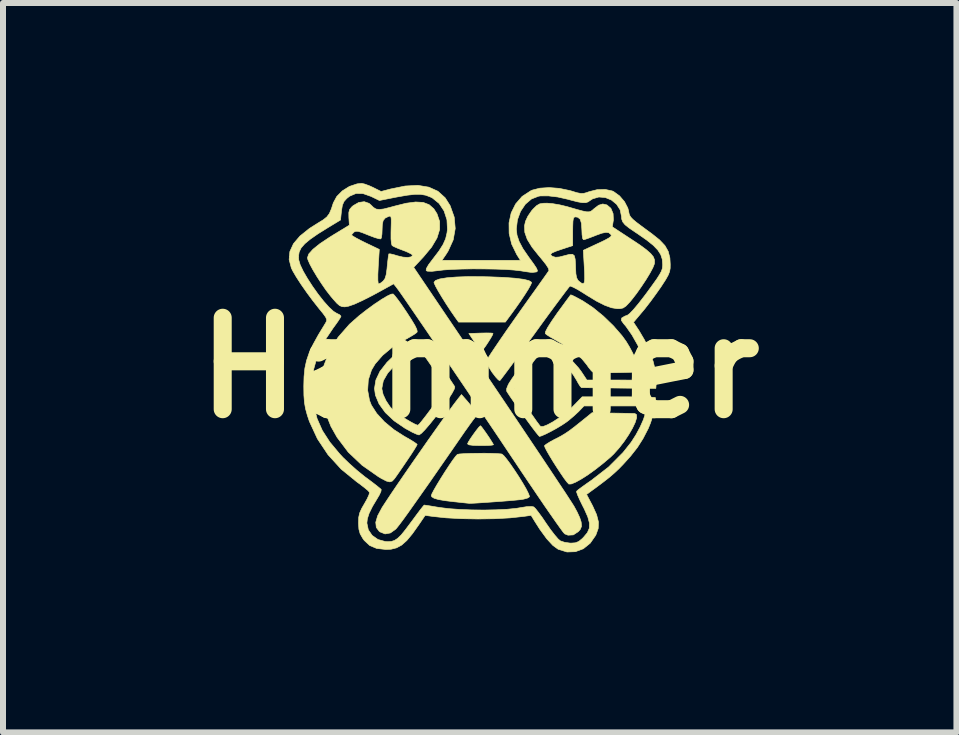
<source format=kicad_pcb>
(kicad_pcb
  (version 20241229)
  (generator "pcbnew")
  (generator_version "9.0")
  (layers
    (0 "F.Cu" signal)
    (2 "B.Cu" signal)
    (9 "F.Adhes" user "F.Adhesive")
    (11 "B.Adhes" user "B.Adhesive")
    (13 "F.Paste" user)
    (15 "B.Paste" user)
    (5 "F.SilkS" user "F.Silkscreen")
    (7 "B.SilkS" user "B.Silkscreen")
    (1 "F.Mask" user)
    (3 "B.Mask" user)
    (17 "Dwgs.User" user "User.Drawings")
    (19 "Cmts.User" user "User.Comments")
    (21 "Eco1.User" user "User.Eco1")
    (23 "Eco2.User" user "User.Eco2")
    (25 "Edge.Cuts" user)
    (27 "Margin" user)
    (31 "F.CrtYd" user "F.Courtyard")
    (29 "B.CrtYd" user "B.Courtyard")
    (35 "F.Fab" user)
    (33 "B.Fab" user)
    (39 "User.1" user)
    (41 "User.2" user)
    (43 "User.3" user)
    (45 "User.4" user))
  (footprint "Hammer"
    (layer "F.Cu")
    (at 4.942 3.078)
    (property "Reference" "Hammer" (at 0 0 0) (layer "F.SilkS") (effects (font (size 1.524 1.524) (thickness 0.3))))
    (attr through_hole)
    (fp_poly (pts (xy 0.181 -0.58) (xy 0.219 -0.576) (xy 0.221 -0.575) (xy 0.214 -0.55) (xy 0.185 -0.498) (xy 0.144 -0.432) (xy 0.099 -0.364) (xy 0.059 -0.31) (xy 0.032 -0.281) (xy 0.028 -0.28) (xy 0.007 -0.299) (xy -0.032 -0.351) (xy -0.082 -0.423) (xy -0.084 -0.426) (xy -0.181 -0.572) (xy 0.014 -0.579) (xy 0.108 -0.581) (xy 0.181 -0.58)) (stroke (width 0.01) (type solid)) (fill yes) (layer "F.SilkS"))
    (fp_poly (pts (xy 0.031 0.984) (xy 0.068 1.034) (xy 0.115 1.1) (xy 0.163 1.171) (xy 0.202 1.233) (xy 0.226 1.273) (xy 0.229 1.281) (xy 0.205 1.288) (xy 0.143 1.293) (xy 0.053 1.295) (xy 0.013 1.295) (xy -0.107 1.292) (xy -0.179 1.283) (xy -0.203 1.267) (xy -0.203 1.266) (xy -0.189 1.235) (xy -0.154 1.179) (xy -0.107 1.111) (xy -0.058 1.044) (xy -0.016 0.991) (xy 0.01 0.966) (xy 0.013 0.965) (xy 0.031 0.984)) (stroke (width 0.01) (type solid)) (fill yes) (layer "F.SilkS"))
    (fp_poly (pts (xy 0.033 -1.519) (xy 0.163 -1.516) (xy 0.399 -1.507) (xy 0.588 -1.493) (xy 0.729 -1.475) (xy 0.82 -1.453) (xy 0.861 -1.427) (xy 0.864 -1.418) (xy 0.849 -1.382) (xy 0.811 -1.313) (xy 0.753 -1.221) (xy 0.681 -1.113) (xy 0.6 -0.998) (xy 0.553 -0.933) (xy 0.427 -0.762) (xy -0.352 -0.762) (xy -0.411 -0.844) (xy -0.484 -0.95) (xy -0.559 -1.064) (xy -0.629 -1.176) (xy -0.69 -1.277) (xy -0.735 -1.359) (xy -0.759 -1.412) (xy -0.762 -1.424) (xy -0.737 -1.455) (xy -0.665 -1.481) (xy -0.549 -1.5) (xy -0.392 -1.513) (xy -0.197 -1.52) (xy 0.033 -1.519)) (stroke (width 0.01) (type solid)) (fill yes) (layer "F.SilkS"))
    (fp_poly (pts (xy 2.212 0.754) (xy 2.34 0.756) (xy 2.452 0.758) (xy 2.535 0.76) (xy 2.581 0.761) (xy 2.584 0.761) (xy 2.613 0.781) (xy 2.614 0.832) (xy 2.59 0.91) (xy 2.545 1.005) (xy 2.483 1.112) (xy 2.408 1.224) (xy 2.324 1.333) (xy 2.235 1.433) (xy 2.18 1.486) (xy 2.056 1.591) (xy 1.929 1.691) (xy 1.806 1.78) (xy 1.692 1.853) (xy 1.596 1.906) (xy 1.524 1.935) (xy 1.484 1.936) (xy 1.454 1.904) (xy 1.406 1.841) (xy 1.348 1.756) (xy 1.283 1.657) (xy 1.218 1.555) (xy 1.16 1.459) (xy 1.113 1.377) (xy 1.085 1.319) (xy 1.079 1.296) (xy 1.109 1.272) (xy 1.171 1.233) (xy 1.254 1.188) (xy 1.266 1.183) (xy 1.344 1.142) (xy 1.412 1.102) (xy 1.48 1.057) (xy 1.558 0.999) (xy 1.658 0.92) (xy 1.745 0.85) (xy 1.872 0.747) (xy 2.212 0.754)) (stroke (width 0.01) (type solid)) (fill yes) (layer "F.SilkS"))
    (fp_poly (pts (xy -0.204 0.559) (xy -0.124 0.655) (xy -0.077 0.723) (xy -0.059 0.773) (xy -0.068 0.812) (xy -0.082 0.832) (xy -0.114 0.873) (xy -0.165 0.943) (xy -0.226 1.029) (xy -0.245 1.055) (xy -0.468 1.378) (xy -0.664 1.66) (xy -0.833 1.904) (xy -0.979 2.111) (xy -1.101 2.284) (xy -1.2 2.424) (xy -1.279 2.533) (xy -1.339 2.613) (xy -1.38 2.665) (xy -1.399 2.687) (xy -1.488 2.751) (xy -1.577 2.767) (xy -1.662 2.733) (xy -1.674 2.724) (xy -1.723 2.659) (xy -1.732 2.573) (xy -1.7 2.464) (xy -1.627 2.328) (xy -1.624 2.323) (xy -1.559 2.224) (xy -1.473 2.094) (xy -1.368 1.939) (xy -1.25 1.767) (xy -1.123 1.583) (xy -0.991 1.394) (xy -0.86 1.206) (xy -0.733 1.027) (xy -0.616 0.862) (xy -0.513 0.719) (xy -0.428 0.603) (xy -0.365 0.521) (xy -0.355 0.508) (xy -0.304 0.445) (xy -0.204 0.559)) (stroke (width 0.01) (type solid)) (fill yes) (layer "F.SilkS"))
    (fp_poly (pts (xy 1.539 -1.209) (xy 1.596 -1.181) (xy 1.676 -1.138) (xy 1.718 -1.115) (xy 1.887 -1.003) (xy 2.062 -0.86) (xy 2.227 -0.7) (xy 2.369 -0.537) (xy 2.438 -0.442) (xy 2.492 -0.353) (xy 2.545 -0.253) (xy 2.594 -0.151) (xy 2.634 -0.058) (xy 2.659 0.015) (xy 2.666 0.057) (xy 2.664 0.062) (xy 2.635 0.067) (xy 2.567 0.072) (xy 2.47 0.076) (xy 2.354 0.079) (xy 2.232 0.081) (xy 2.114 0.082) (xy 2.011 0.082) (xy 1.934 0.08) (xy 1.893 0.077) (xy 1.892 0.076) (xy 1.859 0.049) (xy 1.813 -0.008) (xy 1.781 -0.054) (xy 1.702 -0.15) (xy 1.584 -0.254) (xy 1.436 -0.361) (xy 1.265 -0.462) (xy 1.251 -0.47) (xy 1.174 -0.514) (xy 1.115 -0.552) (xy 1.092 -0.572) (xy 1.096 -0.603) (xy 1.131 -0.671) (xy 1.197 -0.775) (xy 1.295 -0.917) (xy 1.426 -1.096) (xy 1.515 -1.216) (xy 1.539 -1.209)) (stroke (width 0.01) (type solid)) (fill yes) (layer "F.SilkS"))
    (fp_poly (pts (xy 0.194 1.425) (xy 0.29 1.429) (xy 0.355 1.434) (xy 0.37 1.437) (xy 0.401 1.463) (xy 0.45 1.522) (xy 0.513 1.607) (xy 0.582 1.708) (xy 0.653 1.816) (xy 0.719 1.923) (xy 0.774 2.018) (xy 0.812 2.094) (xy 0.829 2.14) (xy 0.829 2.148) (xy 0.798 2.169) (xy 0.734 2.187) (xy 0.681 2.196) (xy 0.598 2.204) (xy 0.487 2.214) (xy 0.358 2.224) (xy 0.222 2.234) (xy 0.091 2.243) (xy -0.025 2.251) (xy -0.116 2.256) (xy -0.17 2.257) (xy -0.178 2.257) (xy -0.22 2.253) (xy -0.298 2.245) (xy -0.396 2.234) (xy -0.419 2.232) (xy -0.576 2.213) (xy -0.687 2.194) (xy -0.759 2.173) (xy -0.798 2.149) (xy -0.807 2.13) (xy -0.796 2.098) (xy -0.762 2.033) (xy -0.711 1.945) (xy -0.649 1.843) (xy -0.581 1.735) (xy -0.514 1.633) (xy -0.453 1.543) (xy -0.404 1.477) (xy -0.373 1.443) (xy -0.371 1.442) (xy -0.336 1.435) (xy -0.262 1.43) (xy -0.16 1.426) (xy -0.042 1.424) (xy 0.08 1.423) (xy 0.194 1.425)) (stroke (width 0.01) (type solid)) (fill yes) (layer "F.SilkS"))
    (fp_poly (pts (xy -1.418 -1.206) (xy -1.371 -1.146) (xy -1.308 -1.06) (xy -1.237 -0.955) (xy -1.214 -0.921) (xy -1.133 -0.795) (xy -1.079 -0.705) (xy -1.049 -0.643) (xy -1.041 -0.606) (xy -1.046 -0.591) (xy -1.08 -0.565) (xy -1.148 -0.523) (xy -1.236 -0.473) (xy -1.277 -0.452) (xy -1.46 -0.34) (xy -1.618 -0.208) (xy -1.741 -0.067) (xy -1.803 0.037) (xy -1.856 0.2) (xy -1.867 0.374) (xy -1.836 0.543) (xy -1.805 0.622) (xy -1.716 0.76) (xy -1.588 0.899) (xy -1.431 1.029) (xy -1.255 1.142) (xy -1.252 1.143) (xy -1.161 1.195) (xy -1.09 1.239) (xy -1.049 1.269) (xy -1.042 1.277) (xy -1.056 1.304) (xy -1.092 1.364) (xy -1.147 1.449) (xy -1.215 1.55) (xy -1.289 1.659) (xy -1.364 1.768) (xy -1.42 1.847) (xy -1.456 1.886) (xy -1.497 1.9) (xy -1.553 1.887) (xy -1.634 1.846) (xy -1.689 1.813) (xy -1.96 1.623) (xy -2.19 1.405) (xy -2.377 1.157) (xy -2.478 0.978) (xy -2.582 0.717) (xy -2.636 0.459) (xy -2.64 0.205) (xy -2.595 -0.042) (xy -2.501 -0.281) (xy -2.359 -0.51) (xy -2.169 -0.727) (xy -2.007 -0.87) (xy -1.876 -0.972) (xy -1.751 -1.063) (xy -1.637 -1.139) (xy -1.543 -1.195) (xy -1.476 -1.227) (xy -1.443 -1.231) (xy -1.418 -1.206)) (stroke (width 0.01) (type solid)) (fill yes) (layer "F.SilkS"))
    (fp_poly (pts (xy -0.948 -0.436) (xy -0.926 -0.411) (xy -0.881 -0.351) (xy -0.819 -0.267) (xy -0.746 -0.166) (xy -0.668 -0.057) (xy -0.592 0.052) (xy -0.522 0.153) (xy -0.466 0.237) (xy -0.428 0.295) (xy -0.415 0.318) (xy -0.424 0.354) (xy -0.459 0.421) (xy -0.516 0.511) (xy -0.588 0.616) (xy -0.669 0.728) (xy -0.753 0.839) (xy -0.835 0.941) (xy -0.909 1.027) (xy -0.968 1.088) (xy -1.007 1.116) (xy -1.012 1.118) (xy -1.053 1.105) (xy -1.124 1.073) (xy -1.212 1.025) (xy -1.246 1.006) (xy -1.427 0.882) (xy -1.572 0.746) (xy -1.677 0.601) (xy -1.738 0.455) (xy -1.753 0.343) (xy -1.752 0.338) (xy -1.63 0.338) (xy -1.63 0.352) (xy -1.61 0.443) (xy -1.561 0.548) (xy -1.495 0.647) (xy -1.444 0.703) (xy -1.389 0.747) (xy -1.313 0.8) (xy -1.227 0.855) (xy -1.144 0.904) (xy -1.076 0.94) (xy -1.034 0.956) (xy -1.029 0.955) (xy -1.005 0.934) (xy -0.959 0.878) (xy -0.895 0.796) (xy -0.82 0.696) (xy -0.794 0.66) (xy -0.718 0.552) (xy -0.654 0.457) (xy -0.608 0.382) (xy -0.586 0.336) (xy -0.584 0.33) (xy -0.598 0.298) (xy -0.633 0.235) (xy -0.686 0.151) (xy -0.748 0.053) (xy -0.815 -0.048) (xy -0.881 -0.143) (xy -0.938 -0.224) (xy -0.981 -0.281) (xy -1.004 -0.305) (xy -1.005 -0.305) (xy -1.052 -0.29) (xy -1.127 -0.251) (xy -1.215 -0.196) (xy -1.306 -0.133) (xy -1.386 -0.07) (xy -1.412 -0.046) (xy -1.533 0.088) (xy -1.606 0.215) (xy -1.63 0.338) (xy -1.752 0.338) (xy -1.73 0.203) (xy -1.662 0.059) (xy -1.545 -0.091) (xy -1.541 -0.095) (xy -1.457 -0.176) (xy -1.357 -0.254) (xy -1.25 -0.325) (xy -1.145 -0.384) (xy -1.053 -0.425) (xy -0.982 -0.442) (xy -0.948 -0.436)) (stroke (width 0.01) (type solid)) (fill yes) (layer "F.SilkS"))
    (fp_poly (pts (xy 1.216 -2.735) (xy 1.334 -2.715) (xy 1.458 -2.685) (xy 1.489 -2.676) (xy 1.623 -2.637) (xy 1.717 -2.612) (xy 1.781 -2.599) (xy 1.824 -2.599) (xy 1.855 -2.61) (xy 1.885 -2.633) (xy 1.9 -2.647) (xy 1.981 -2.709) (xy 2.05 -2.73) (xy 2.119 -2.714) (xy 2.119 -2.714) (xy 2.185 -2.658) (xy 2.222 -2.569) (xy 2.227 -2.461) (xy 2.224 -2.446) (xy 2.209 -2.349) (xy 2.519 -2.146) (xy 2.667 -2.048) (xy 2.775 -1.968) (xy 2.848 -1.904) (xy 2.893 -1.849) (xy 2.912 -1.798) (xy 2.912 -1.745) (xy 2.909 -1.73) (xy 2.885 -1.669) (xy 2.837 -1.579) (xy 2.771 -1.47) (xy 2.694 -1.354) (xy 2.614 -1.24) (xy 2.537 -1.141) (xy 2.498 -1.094) (xy 2.437 -1.03) (xy 2.389 -0.997) (xy 2.338 -0.986) (xy 2.288 -0.986) (xy 2.195 -1.001) (xy 2.083 -1.042) (xy 1.948 -1.11) (xy 1.783 -1.21) (xy 1.722 -1.249) (xy 1.634 -1.303) (xy 1.56 -1.342) (xy 1.512 -1.361) (xy 1.501 -1.361) (xy 1.481 -1.337) (xy 1.435 -1.277) (xy 1.366 -1.185) (xy 1.277 -1.066) (xy 1.172 -0.924) (xy 1.055 -0.764) (xy 0.929 -0.59) (xy 0.916 -0.572) (xy 0.789 -0.398) (xy 0.671 -0.237) (xy 0.566 -0.093) (xy 0.476 0.028) (xy 0.405 0.123) (xy 0.357 0.186) (xy 0.335 0.213) (xy 0.334 0.213) (xy 0.311 0.201) (xy 0.268 0.155) (xy 0.214 0.085) (xy 0.205 0.073) (xy 0.155 -0.006) (xy 0.121 -0.072) (xy 0.111 -0.113) (xy 0.111 -0.116) (xy 0.133 -0.155) (xy 0.181 -0.23) (xy 0.253 -0.338) (xy 0.344 -0.472) (xy 0.452 -0.629) (xy 0.574 -0.803) (xy 0.706 -0.99) (xy 0.845 -1.186) (xy 0.915 -1.283) (xy 0.993 -1.393) (xy 1.062 -1.49) (xy 1.115 -1.565) (xy 1.147 -1.611) (xy 1.153 -1.62) (xy 1.146 -1.656) (xy 1.103 -1.723) (xy 1.025 -1.821) (xy 0.993 -1.859) (xy 0.966 -1.892) (xy 1.182 -1.892) (xy 1.192 -1.871) (xy 1.216 -1.856) (xy 1.263 -1.842) (xy 1.327 -1.847) (xy 1.413 -1.869) (xy 1.494 -1.89) (xy 1.546 -1.892) (xy 1.576 -1.868) (xy 1.59 -1.811) (xy 1.596 -1.712) (xy 1.597 -1.668) (xy 1.602 -1.567) (xy 1.614 -1.502) (xy 1.635 -1.461) (xy 1.655 -1.441) (xy 1.698 -1.409) (xy 1.726 -1.402) (xy 1.743 -1.424) (xy 1.749 -1.483) (xy 1.747 -1.583) (xy 1.742 -1.678) (xy 1.726 -1.958) (xy 1.97 -2.072) (xy 2.08 -2.124) (xy 2.148 -2.161) (xy 2.184 -2.187) (xy 2.192 -2.208) (xy 2.184 -2.223) (xy 2.15 -2.251) (xy 2.103 -2.257) (xy 2.034 -2.243) (xy 1.931 -2.206) (xy 1.91 -2.197) (xy 1.826 -2.165) (xy 1.76 -2.142) (xy 1.728 -2.134) (xy 1.714 -2.157) (xy 1.705 -2.219) (xy 1.702 -2.294) (xy 1.695 -2.406) (xy 1.674 -2.475) (xy 1.633 -2.509) (xy 1.595 -2.515) (xy 1.574 -2.51) (xy 1.56 -2.488) (xy 1.553 -2.441) (xy 1.55 -2.36) (xy 1.549 -2.275) (xy 1.549 -2.036) (xy 1.378 -1.98) (xy 1.27 -1.943) (xy 1.206 -1.915) (xy 1.182 -1.892) (xy 0.966 -1.892) (xy 0.872 -2.01) (xy 0.792 -2.14) (xy 0.751 -2.257) (xy 0.746 -2.366) (xy 0.763 -2.442) (xy 0.803 -2.527) (xy 0.863 -2.615) (xy 0.891 -2.647) (xy 0.949 -2.703) (xy 1 -2.732) (xy 1.064 -2.742) (xy 1.124 -2.743) (xy 1.216 -2.735)) (stroke (width 0.01) (type solid)) (fill yes) (layer "F.SilkS"))
    (fp_poly (pts (xy -1.843 -2.74) (xy -1.814 -2.715) (xy -1.769 -2.671) (xy -1.726 -2.645) (xy -1.672 -2.638) (xy -1.598 -2.647) (xy -1.492 -2.674) (xy -1.423 -2.693) (xy -1.227 -2.742) (xy -1.068 -2.763) (xy -0.942 -2.756) (xy -0.843 -2.718) (xy -0.765 -2.65) (xy -0.712 -2.567) (xy -0.668 -2.438) (xy -0.668 -2.304) (xy -0.712 -2.163) (xy -0.802 -2.011) (xy -0.939 -1.846) (xy -0.944 -1.841) (xy -1.1 -1.674) (xy -0.595 -0.926) (xy -0.307 -0.5) (xy -0.035 -0.097) (xy 0.22 0.281) (xy 0.456 0.631) (xy 0.673 0.954) (xy 0.869 1.246) (xy 1.044 1.507) (xy 1.196 1.735) (xy 1.324 1.928) (xy 1.428 2.084) (xy 1.505 2.203) (xy 1.556 2.282) (xy 1.571 2.306) (xy 1.623 2.402) (xy 1.666 2.495) (xy 1.689 2.566) (xy 1.69 2.57) (xy 1.696 2.641) (xy 1.674 2.693) (xy 1.642 2.729) (xy 1.559 2.783) (xy 1.471 2.788) (xy 1.416 2.766) (xy 1.393 2.741) (xy 1.346 2.677) (xy 1.276 2.579) (xy 1.186 2.45) (xy 1.079 2.296) (xy 0.959 2.119) (xy 0.827 1.925) (xy 0.687 1.717) (xy 0.638 1.643) (xy 0.476 1.401) (xy 0.307 1.148) (xy 0.133 0.89) (xy -0.043 0.63) (xy -0.217 0.37) (xy -0.389 0.116) (xy -0.556 -0.129) (xy -0.714 -0.363) (xy -0.861 -0.58) (xy -0.996 -0.777) (xy -1.115 -0.951) (xy -1.216 -1.098) (xy -1.296 -1.214) (xy -1.354 -1.296) (xy -1.386 -1.339) (xy -1.387 -1.341) (xy -1.435 -1.4) (xy -1.575 -1.322) (xy -1.784 -1.208) (xy -1.954 -1.122) (xy -2.087 -1.061) (xy -2.185 -1.027) (xy -2.247 -1.016) (xy -2.294 -1.02) (xy -2.335 -1.037) (xy -2.38 -1.076) (xy -2.44 -1.143) (xy -2.483 -1.194) (xy -2.559 -1.292) (xy -2.637 -1.405) (xy -2.713 -1.522) (xy -2.78 -1.634) (xy -2.832 -1.731) (xy -2.863 -1.803) (xy -2.87 -1.834) (xy -2.848 -1.897) (xy -2.779 -1.974) (xy -2.664 -2.067) (xy -2.502 -2.175) (xy -2.449 -2.208) (xy -2.444 -2.211) (xy -2.134 -2.211) (xy -2.112 -2.194) (xy -2.054 -2.16) (xy -1.97 -2.116) (xy -1.903 -2.083) (xy -1.673 -1.973) (xy -1.691 -1.685) (xy -1.697 -1.555) (xy -1.697 -1.46) (xy -1.691 -1.407) (xy -1.685 -1.397) (xy -1.65 -1.413) (xy -1.609 -1.445) (xy -1.579 -1.486) (xy -1.559 -1.549) (xy -1.545 -1.647) (xy -1.541 -1.691) (xy -1.531 -1.785) (xy -1.522 -1.858) (xy -1.514 -1.897) (xy -1.513 -1.899) (xy -1.485 -1.898) (xy -1.424 -1.883) (xy -1.372 -1.867) (xy -1.28 -1.845) (xy -1.199 -1.839) (xy -1.14 -1.85) (xy -1.118 -1.876) (xy -1.118 -1.877) (xy -1.14 -1.896) (xy -1.197 -1.925) (xy -1.276 -1.957) (xy -1.362 -1.99) (xy -1.428 -2.019) (xy -1.46 -2.037) (xy -1.471 -2.073) (xy -1.478 -2.148) (xy -1.478 -2.254) (xy -1.477 -2.3) (xy -1.474 -2.411) (xy -1.474 -2.481) (xy -1.48 -2.517) (xy -1.494 -2.528) (xy -1.515 -2.524) (xy -1.575 -2.495) (xy -1.609 -2.453) (xy -1.623 -2.384) (xy -1.626 -2.31) (xy -1.629 -2.228) (xy -1.638 -2.169) (xy -1.648 -2.148) (xy -1.68 -2.151) (xy -1.746 -2.17) (xy -1.834 -2.203) (xy -1.862 -2.214) (xy -1.962 -2.254) (xy -2.026 -2.274) (xy -2.066 -2.275) (xy -2.094 -2.262) (xy -2.094 -2.262) (xy -2.127 -2.227) (xy -2.134 -2.211) (xy -2.444 -2.211) (xy -2.172 -2.377) (xy -2.18 -2.506) (xy -2.181 -2.586) (xy -2.168 -2.637) (xy -2.134 -2.679) (xy -2.108 -2.702) (xy -2.016 -2.755) (xy -1.924 -2.768) (xy -1.843 -2.74)) (stroke (width 0.01) (type solid)) (fill yes) (layer "F.SilkS"))
    (fp_poly (pts (xy -1.917 -3.062) (xy -1.841 -3.034) (xy -1.779 -3.006) (xy -1.643 -2.938) (xy -1.487 -2.979) (xy -1.243 -3.029) (xy -1.03 -3.04) (xy -0.848 -3.01) (xy -0.697 -2.942) (xy -0.576 -2.833) (xy -0.493 -2.702) (xy -0.425 -2.511) (xy -0.408 -2.321) (xy -0.442 -2.131) (xy -0.526 -1.946) (xy -0.56 -1.892) (xy -0.629 -1.791) (xy 0.678 -1.791) (xy 0.616 -1.889) (xy 0.532 -2.062) (xy 0.49 -2.24) (xy 0.488 -2.415) (xy 0.524 -2.581) (xy 0.598 -2.73) (xy 0.706 -2.855) (xy 0.848 -2.948) (xy 0.876 -2.961) (xy 1.001 -2.993) (xy 1.156 -3.003) (xy 1.325 -2.99) (xy 1.494 -2.955) (xy 1.524 -2.947) (xy 1.618 -2.918) (xy 1.682 -2.905) (xy 1.731 -2.906) (xy 1.783 -2.92) (xy 1.821 -2.934) (xy 1.955 -2.968) (xy 2.09 -2.972) (xy 2.207 -2.947) (xy 2.231 -2.936) (xy 2.329 -2.865) (xy 2.412 -2.768) (xy 2.467 -2.662) (xy 2.48 -2.614) (xy 2.487 -2.574) (xy 2.497 -2.542) (xy 2.517 -2.51) (xy 2.551 -2.474) (xy 2.607 -2.427) (xy 2.689 -2.365) (xy 2.804 -2.28) (xy 2.866 -2.235) (xy 2.996 -2.131) (xy 3.085 -2.037) (xy 3.14 -1.94) (xy 3.168 -1.832) (xy 3.174 -1.725) (xy 3.173 -1.658) (xy 3.163 -1.603) (xy 3.14 -1.545) (xy 3.1 -1.473) (xy 3.036 -1.374) (xy 3.023 -1.354) (xy 2.938 -1.233) (xy 2.843 -1.103) (xy 2.751 -0.984) (xy 2.716 -0.942) (xy 2.562 -0.759) (xy 2.654 -0.62) (xy 2.748 -0.46) (xy 2.827 -0.285) (xy 2.889 -0.108) (xy 2.93 0.059) (xy 2.944 0.203) (xy 2.942 0.241) (xy 2.934 0.343) (xy 2.324 0.337) (xy 2.153 0.335) (xy 1.999 0.333) (xy 1.869 0.332) (xy 1.77 0.331) (xy 1.711 0.33) (xy 1.696 0.33) (xy 1.675 0.31) (xy 1.641 0.256) (xy 1.616 0.21) (xy 1.558 0.116) (xy 1.486 0.023) (xy 1.457 -0.009) (xy 1.388 -0.069) (xy 1.303 -0.132) (xy 1.213 -0.191) (xy 1.129 -0.238) (xy 1.064 -0.267) (xy 1.031 -0.271) (xy 1.008 -0.248) (xy 0.963 -0.193) (xy 0.902 -0.114) (xy 0.833 -0.02) (xy 0.761 0.078) (xy 0.694 0.172) (xy 0.637 0.254) (xy 0.599 0.313) (xy 0.584 0.342) (xy 0.584 0.342) (xy 0.598 0.369) (xy 0.635 0.429) (xy 0.688 0.511) (xy 0.752 0.608) (xy 0.821 0.709) (xy 0.888 0.806) (xy 0.946 0.889) (xy 0.991 0.949) (xy 1.014 0.977) (xy 1.015 0.977) (xy 1.057 0.977) (xy 1.128 0.949) (xy 1.219 0.9) (xy 1.319 0.835) (xy 1.42 0.761) (xy 1.511 0.683) (xy 1.549 0.646) (xy 1.707 0.483) (xy 2.31 0.483) (xy 2.48 0.483) (xy 2.632 0.485) (xy 2.76 0.487) (xy 2.856 0.49) (xy 2.913 0.493) (xy 2.925 0.495) (xy 2.933 0.534) (xy 2.927 0.607) (xy 2.908 0.704) (xy 2.88 0.812) (xy 2.845 0.919) (xy 2.808 1.01) (xy 2.721 1.178) (xy 2.627 1.326) (xy 2.514 1.47) (xy 2.396 1.601) (xy 2.319 1.681) (xy 2.243 1.752) (xy 2.161 1.823) (xy 2.06 1.902) (xy 1.931 1.999) (xy 1.874 2.04) (xy 1.78 2.109) (xy 1.881 2.3) (xy 1.947 2.446) (xy 1.978 2.568) (xy 1.974 2.676) (xy 1.936 2.782) (xy 1.933 2.789) (xy 1.841 2.921) (xy 1.726 3.014) (xy 1.594 3.063) (xy 1.454 3.068) (xy 1.311 3.024) (xy 1.306 3.022) (xy 1.218 2.958) (xy 1.115 2.846) (xy 1 2.688) (xy 0.916 2.556) (xy 0.856 2.458) (xy 0.726 2.476) (xy 0.502 2.5) (xy 0.244 2.514) (xy -0.03 2.518) (xy -0.305 2.513) (xy -0.562 2.499) (xy -0.778 2.476) (xy -0.909 2.458) (xy -1.015 2.614) (xy -1.122 2.765) (xy -1.215 2.877) (xy -1.301 2.953) (xy -1.386 2.999) (xy -1.477 3.022) (xy -1.564 3.026) (xy -1.716 3.009) (xy -1.833 2.96) (xy -1.925 2.874) (xy -1.948 2.842) (xy -1.992 2.765) (xy -2.013 2.689) (xy -2.019 2.59) (xy -2.019 2.58) (xy -2.016 2.49) (xy -2 2.418) (xy -1.966 2.342) (xy -1.922 2.266) (xy -1.876 2.184) (xy -1.845 2.116) (xy -1.836 2.075) (xy -1.837 2.073) (xy -1.862 2.044) (xy -1.92 1.996) (xy -1.999 1.935) (xy -2.049 1.899) (xy -2.308 1.688) (xy -2.527 1.448) (xy -2.704 1.182) (xy -2.838 0.892) (xy -2.873 0.787) (xy -2.902 0.681) (xy -2.92 0.577) (xy -2.929 0.458) (xy -2.931 0.307) (xy -2.931 0.305) (xy -2.927 0.147) (xy -2.913 0.007) (xy -2.885 -0.122) (xy -2.84 -0.253) (xy -2.774 -0.394) (xy -2.685 -0.555) (xy -2.568 -0.747) (xy -2.567 -0.749) (xy -2.551 -0.779) (xy -2.55 -0.808) (xy -2.568 -0.847) (xy -2.609 -0.904) (xy -2.679 -0.99) (xy -2.683 -0.995) (xy -2.782 -1.121) (xy -2.882 -1.256) (xy -2.976 -1.391) (xy -3.056 -1.514) (xy -3.115 -1.615) (xy -3.139 -1.665) (xy -3.175 -1.804) (xy -3.17 -1.859) (xy -3.019 -1.859) (xy -3.015 -1.797) (xy -2.991 -1.716) (xy -2.94 -1.609) (xy -2.869 -1.487) (xy -2.785 -1.357) (xy -2.693 -1.228) (xy -2.6 -1.11) (xy -2.512 -1.011) (xy -2.436 -0.941) (xy -2.384 -0.909) (xy -2.333 -0.884) (xy -2.311 -0.86) (xy -2.326 -0.83) (xy -2.364 -0.771) (xy -2.419 -0.694) (xy -2.44 -0.666) (xy -2.593 -0.438) (xy -2.7 -0.213) (xy -2.765 0.018) (xy -2.789 0.263) (xy -2.787 0.406) (xy -2.762 0.638) (xy -2.709 0.847) (xy -2.622 1.044) (xy -2.498 1.236) (xy -2.332 1.435) (xy -2.276 1.495) (xy -2.171 1.596) (xy -2.045 1.708) (xy -1.92 1.81) (xy -1.875 1.843) (xy -1.784 1.911) (xy -1.708 1.97) (xy -1.657 2.012) (xy -1.641 2.027) (xy -1.646 2.06) (xy -1.673 2.119) (xy -1.702 2.168) (xy -1.787 2.31) (xy -1.842 2.422) (xy -1.872 2.514) (xy -1.88 2.586) (xy -1.856 2.699) (xy -1.792 2.792) (xy -1.695 2.86) (xy -1.575 2.893) (xy -1.531 2.896) (xy -1.471 2.892) (xy -1.419 2.875) (xy -1.367 2.841) (xy -1.308 2.784) (xy -1.237 2.696) (xy -1.145 2.573) (xy -1.129 2.552) (xy -1.056 2.453) (xy -0.994 2.37) (xy -0.948 2.312) (xy -0.926 2.287) (xy -0.925 2.286) (xy -0.897 2.29) (xy -0.83 2.3) (xy -0.735 2.316) (xy -0.666 2.327) (xy -0.515 2.346) (xy -0.333 2.359) (xy -0.132 2.367) (xy 0.076 2.369) (xy 0.277 2.365) (xy 0.459 2.356) (xy 0.609 2.341) (xy 0.664 2.332) (xy 0.782 2.313) (xy 0.864 2.31) (xy 0.9 2.317) (xy 0.93 2.346) (xy 0.979 2.409) (xy 1.043 2.496) (xy 1.109 2.594) (xy 1.181 2.697) (xy 1.25 2.786) (xy 1.307 2.852) (xy 1.344 2.883) (xy 1.412 2.906) (xy 1.499 2.919) (xy 1.521 2.92) (xy 1.593 2.915) (xy 1.649 2.893) (xy 1.71 2.843) (xy 1.73 2.822) (xy 1.793 2.747) (xy 1.826 2.672) (xy 1.828 2.586) (xy 1.8 2.482) (xy 1.741 2.349) (xy 1.714 2.297) (xy 1.667 2.201) (xy 1.632 2.122) (xy 1.614 2.07) (xy 1.614 2.056) (xy 1.639 2.033) (xy 1.698 1.989) (xy 1.78 1.93) (xy 1.859 1.875) (xy 2.146 1.653) (xy 2.388 1.41) (xy 2.523 1.24) (xy 2.602 1.117) (xy 2.672 0.987) (xy 2.727 0.863) (xy 2.761 0.757) (xy 2.769 0.699) (xy 2.769 0.635) (xy 1.737 0.635) (xy 1.65 0.726) (xy 1.575 0.796) (xy 1.487 0.871) (xy 1.445 0.903) (xy 1.372 0.952) (xy 1.281 1.007) (xy 1.186 1.059) (xy 1.097 1.104) (xy 1.028 1.134) (xy 0.995 1.143) (xy 0.976 1.123) (xy 0.933 1.07) (xy 0.873 0.991) (xy 0.801 0.893) (xy 0.722 0.785) (xy 0.643 0.675) (xy 0.57 0.57) (xy 0.507 0.479) (xy 0.461 0.409) (xy 0.448 0.387) (xy 0.448 0.348) (xy 0.473 0.285) (xy 0.49 0.254) (xy 0.533 0.187) (xy 0.595 0.099) (xy 0.67 -0.002) (xy 0.75 -0.108) (xy 0.83 -0.21) (xy 0.903 -0.3) (xy 0.962 -0.37) (xy 1.001 -0.411) (xy 1.011 -0.418) (xy 1.055 -0.414) (xy 1.129 -0.386) (xy 1.222 -0.339) (xy 1.324 -0.28) (xy 1.423 -0.213) (xy 1.468 -0.179) (xy 1.558 -0.097) (xy 1.647 0.002) (xy 1.693 0.064) (xy 1.785 0.203) (xy 2.302 0.203) (xy 2.483 0.204) (xy 2.618 0.203) (xy 2.714 0.198) (xy 2.776 0.187) (xy 2.809 0.166) (xy 2.819 0.133) (xy 2.812 0.086) (xy 2.793 0.022) (xy 2.778 -0.027) (xy 2.716 -0.2) (xy 2.632 -0.379) (xy 2.536 -0.548) (xy 2.436 -0.691) (xy 2.395 -0.739) (xy 2.359 -0.791) (xy 2.365 -0.83) (xy 2.417 -0.861) (xy 2.46 -0.876) (xy 2.498 -0.904) (xy 2.561 -0.97) (xy 2.645 -1.07) (xy 2.745 -1.199) (xy 2.784 -1.251) (xy 2.88 -1.383) (xy 2.95 -1.481) (xy 2.997 -1.555) (xy 3.027 -1.61) (xy 3.042 -1.655) (xy 3.047 -1.698) (xy 3.048 -1.72) (xy 3.041 -1.808) (xy 3.016 -1.886) (xy 2.967 -1.962) (xy 2.891 -2.041) (xy 2.781 -2.129) (xy 2.632 -2.233) (xy 2.591 -2.26) (xy 2.487 -2.331) (xy 2.42 -2.385) (xy 2.382 -2.432) (xy 2.365 -2.479) (xy 2.362 -2.521) (xy 2.34 -2.631) (xy 2.281 -2.724) (xy 2.195 -2.795) (xy 2.093 -2.837) (xy 1.985 -2.846) (xy 1.882 -2.816) (xy 1.843 -2.791) (xy 1.804 -2.764) (xy 1.762 -2.751) (xy 1.707 -2.752) (xy 1.628 -2.766) (xy 1.515 -2.795) (xy 1.473 -2.807) (xy 1.301 -2.846) (xy 1.142 -2.865) (xy 1.01 -2.864) (xy 0.979 -2.859) (xy 0.862 -2.813) (xy 0.76 -2.726) (xy 0.68 -2.607) (xy 0.628 -2.466) (xy 0.61 -2.313) (xy 0.621 -2.211) (xy 0.656 -2.106) (xy 0.718 -1.988) (xy 0.814 -1.848) (xy 0.835 -1.819) (xy 0.905 -1.722) (xy 0.947 -1.658) (xy 0.962 -1.619) (xy 0.954 -1.601) (xy 0.94 -1.597) (xy 0.891 -1.591) (xy 0.883 -1.59) (xy 0.843 -1.592) (xy 0.769 -1.602) (xy 0.677 -1.617) (xy 0.673 -1.617) (xy 0.572 -1.629) (xy 0.431 -1.639) (xy 0.263 -1.645) (xy 0.077 -1.648) (xy -0.113 -1.649) (xy -0.297 -1.646) (xy -0.463 -1.64) (xy -0.6 -1.631) (xy -0.674 -1.622) (xy -0.795 -1.608) (xy -0.869 -1.61) (xy -0.892 -1.619) (xy -0.89 -1.652) (xy -0.851 -1.72) (xy -0.776 -1.819) (xy -0.678 -1.948) (xy -0.611 -2.054) (xy -0.568 -2.15) (xy -0.545 -2.248) (xy -0.538 -2.306) (xy -0.546 -2.467) (xy -0.594 -2.614) (xy -0.677 -2.739) (xy -0.789 -2.83) (xy -0.824 -2.847) (xy -0.901 -2.876) (xy -0.984 -2.89) (xy -1.083 -2.89) (xy -1.208 -2.876) (xy -1.369 -2.848) (xy -1.401 -2.842) (xy -1.671 -2.788) (xy -1.811 -2.856) (xy -1.944 -2.903) (xy -2.061 -2.905) (xy -2.167 -2.86) (xy -2.215 -2.822) (xy -2.261 -2.771) (xy -2.288 -2.709) (xy -2.303 -2.618) (xy -2.304 -2.609) (xy -2.319 -2.463) (xy -2.525 -2.338) (xy -2.694 -2.233) (xy -2.822 -2.144) (xy -2.914 -2.068) (xy -2.975 -1.998) (xy -3.008 -1.93) (xy -3.019 -1.859) (xy -3.17 -1.859) (xy -3.163 -1.937) (xy -3.103 -2.068) (xy -2.995 -2.195) (xy -2.837 -2.322) (xy -2.701 -2.408) (xy -2.608 -2.465) (xy -2.547 -2.514) (xy -2.505 -2.57) (xy -2.471 -2.649) (xy -2.439 -2.748) (xy -2.382 -2.854) (xy -2.289 -2.948) (xy -2.171 -3.022) (xy -2.043 -3.065) (xy -1.967 -3.073) (xy -1.917 -3.062)) (stroke (width 0.01) (type solid)) (fill yes) (layer "F.SilkS")))
  (gr_rect
    (start -3 -3)
    (end 12.884 9.151)
    (stroke (width 0.1) (type default))
    (fill no)
    (layer "Edge.Cuts")))
</source>
